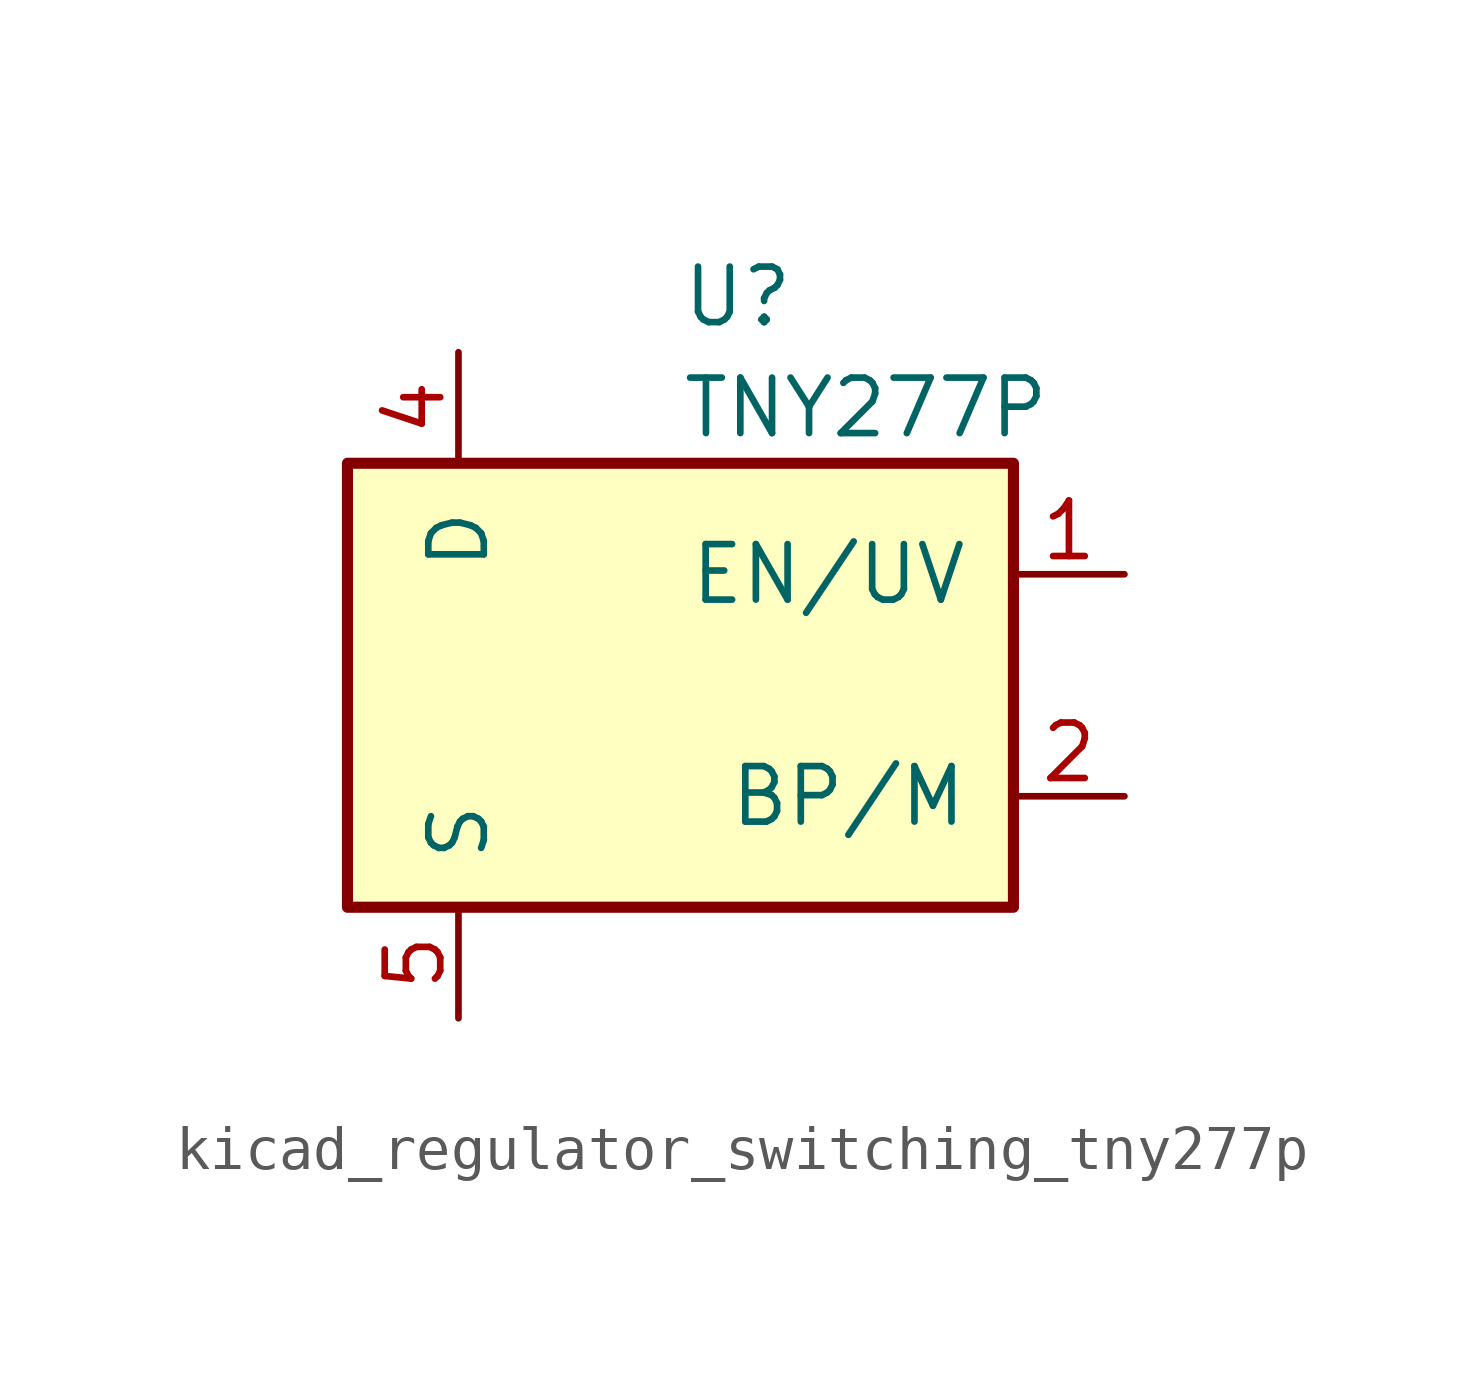
<source format=kicad_sym>
(kicad_symbol_lib
  (version 20220914)
  (generator kicad_symbol_editor)
  (symbol "kicad_regulator_switching_tny277p"
    (pin_names
      (offset 1.016))
    (property "Reference" "U"
      (at 0 8.89 0)
      (effects (font (size 1.27 1.27)) (justify left)))
    (property "Value" "TNY277P"
      (at 0 6.35 0)
      (effects (font (size 1.27 1.27)) (justify left)))
    (symbol "kicad_regulator_switching_tny277p_0_1"
      (rectangle (start -7.62 5.08) (end 7.62 -5.08) (stroke (width 0.254) (type default)) (fill (type background))))
    (symbol "kicad_regulator_switching_tny277p_1_1"
      (pin input line (at 10.16 2.54 180) (length 2.54) (name "EN/UV" (effects (font (size 1.27 1.27)))) (number "1" (effects (font (size 1.27 1.27)))))
      (pin input line (at 10.16 -2.54 180) (length 2.54) (name "BP/M" (effects (font (size 1.27 1.27)))) (number "2" (effects (font (size 1.27 1.27)))))
      (pin open_collector line (at -5.08 7.62 270) (length 2.54) (name "D" (effects (font (size 1.27 1.27)))) (number "4" (effects (font (size 1.27 1.27)))))
      (pin power_in line (at -5.08 -7.62 90) (length 2.54) (name "S" (effects (font (size 1.27 1.27)))) (number "5" (effects (font (size 1.27 1.27)))))
      (pin passive line (at -5.08 -7.62 90) (length 2.54) hide (name "S" (effects (font (size 1.27 1.27)))) (number "6" (effects (font (size 1.27 1.27)))))
      (pin passive line (at -5.08 -7.62 90) (length 2.54) hide (name "S" (effects (font (size 1.27 1.27)))) (number "7" (effects (font (size 1.27 1.27)))))
      (pin passive line (at -5.08 -7.62 90) (length 2.54) hide (name "S" (effects (font (size 1.27 1.27)))) (number "8" (effects (font (size 1.27 1.27))))))))
</source>
